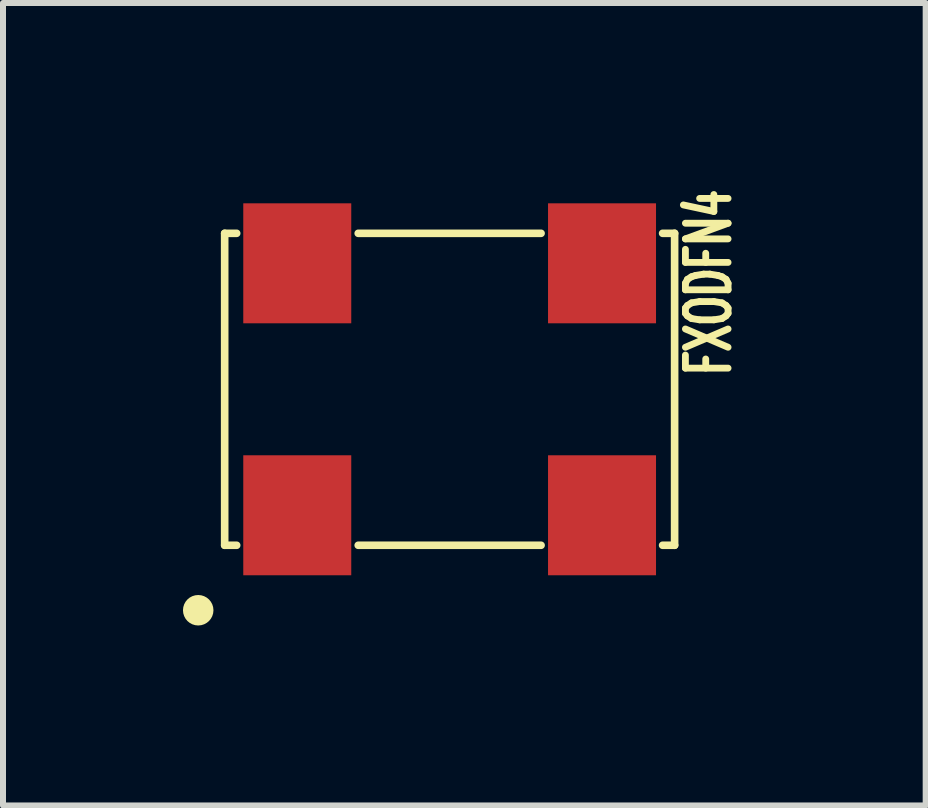
<source format=kicad_pcb>
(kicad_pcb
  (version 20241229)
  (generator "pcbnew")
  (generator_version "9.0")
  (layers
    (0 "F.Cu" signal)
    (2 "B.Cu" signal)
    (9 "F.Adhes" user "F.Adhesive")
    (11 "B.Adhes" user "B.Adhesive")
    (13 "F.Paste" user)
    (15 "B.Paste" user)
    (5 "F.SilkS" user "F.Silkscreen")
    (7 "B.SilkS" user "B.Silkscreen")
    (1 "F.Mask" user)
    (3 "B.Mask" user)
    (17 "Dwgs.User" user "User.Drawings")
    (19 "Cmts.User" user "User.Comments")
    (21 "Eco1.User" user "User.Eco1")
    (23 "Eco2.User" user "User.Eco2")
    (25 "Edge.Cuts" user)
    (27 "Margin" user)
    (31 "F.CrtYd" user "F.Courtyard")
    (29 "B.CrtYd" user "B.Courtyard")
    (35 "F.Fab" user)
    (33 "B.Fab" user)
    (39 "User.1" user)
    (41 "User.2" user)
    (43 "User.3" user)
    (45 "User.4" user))
  (footprint "FXODFN4"
    (layer "F.Cu")
    (at 4.445 3.439)
    (property "Reference" "FXODFN4" (at 4.318 -1.778 90) (layer "F.SilkS") (effects (font (size 0.711 0.457) (thickness 0.114))))
    (attr through_hole)
    (fp_line (start -3.75 -2.6) (end -3.55 -2.6) (stroke (width 0.127) (type solid)) (layer "F.SilkS"))
    (fp_line (start -3.75 2.6) (end -3.75 -2.6) (stroke (width 0.127) (type solid)) (layer "F.SilkS"))
    (fp_line (start -3.75 2.6) (end -3.55 2.6) (stroke (width 0.127) (type solid)) (layer "F.SilkS"))
    (fp_line (start -1.524 -2.6) (end 1.524 -2.6) (stroke (width 0.127) (type solid)) (layer "F.SilkS"))
    (fp_line (start -1.524 2.6) (end 1.524 2.6) (stroke (width 0.127) (type solid)) (layer "F.SilkS"))
    (fp_line (start 3.55 -2.6) (end 3.75 -2.6) (stroke (width 0.127) (type solid)) (layer "F.SilkS"))
    (fp_line (start 3.55 2.6) (end 3.75 2.6) (stroke (width 0.127) (type solid)) (layer "F.SilkS"))
    (fp_line (start 3.75 -2.6) (end 3.75 2.6) (stroke (width 0.127) (type solid)) (layer "F.SilkS"))
    (fp_circle (center -4.191 3.683) (end -4.064 3.683) (stroke (width 0.254) (type solid)) (fill no) (layer "F.SilkS"))
    (pad "1" smd rect (at -2.54 2.1) (size 1.8 2) (layers "F.Cu" "F.Mask" "F.Paste"))
    (pad "2" smd rect (at 2.54 2.1) (size 1.8 2) (layers "F.Cu" "F.Mask" "F.Paste"))
    (pad "3" smd rect (at 2.54 -2.1) (size 1.8 2) (layers "F.Cu" "F.Mask" "F.Paste"))
    (pad "4" smd rect (at -2.54 -2.1) (size 1.8 2) (layers "F.Cu" "F.Mask" "F.Paste")))
  (gr_rect
    (start -3 -3)
    (end 12.38 10.376)
    (stroke (width 0.1) (type default))
    (fill no)
    (layer "Edge.Cuts")))
</source>
